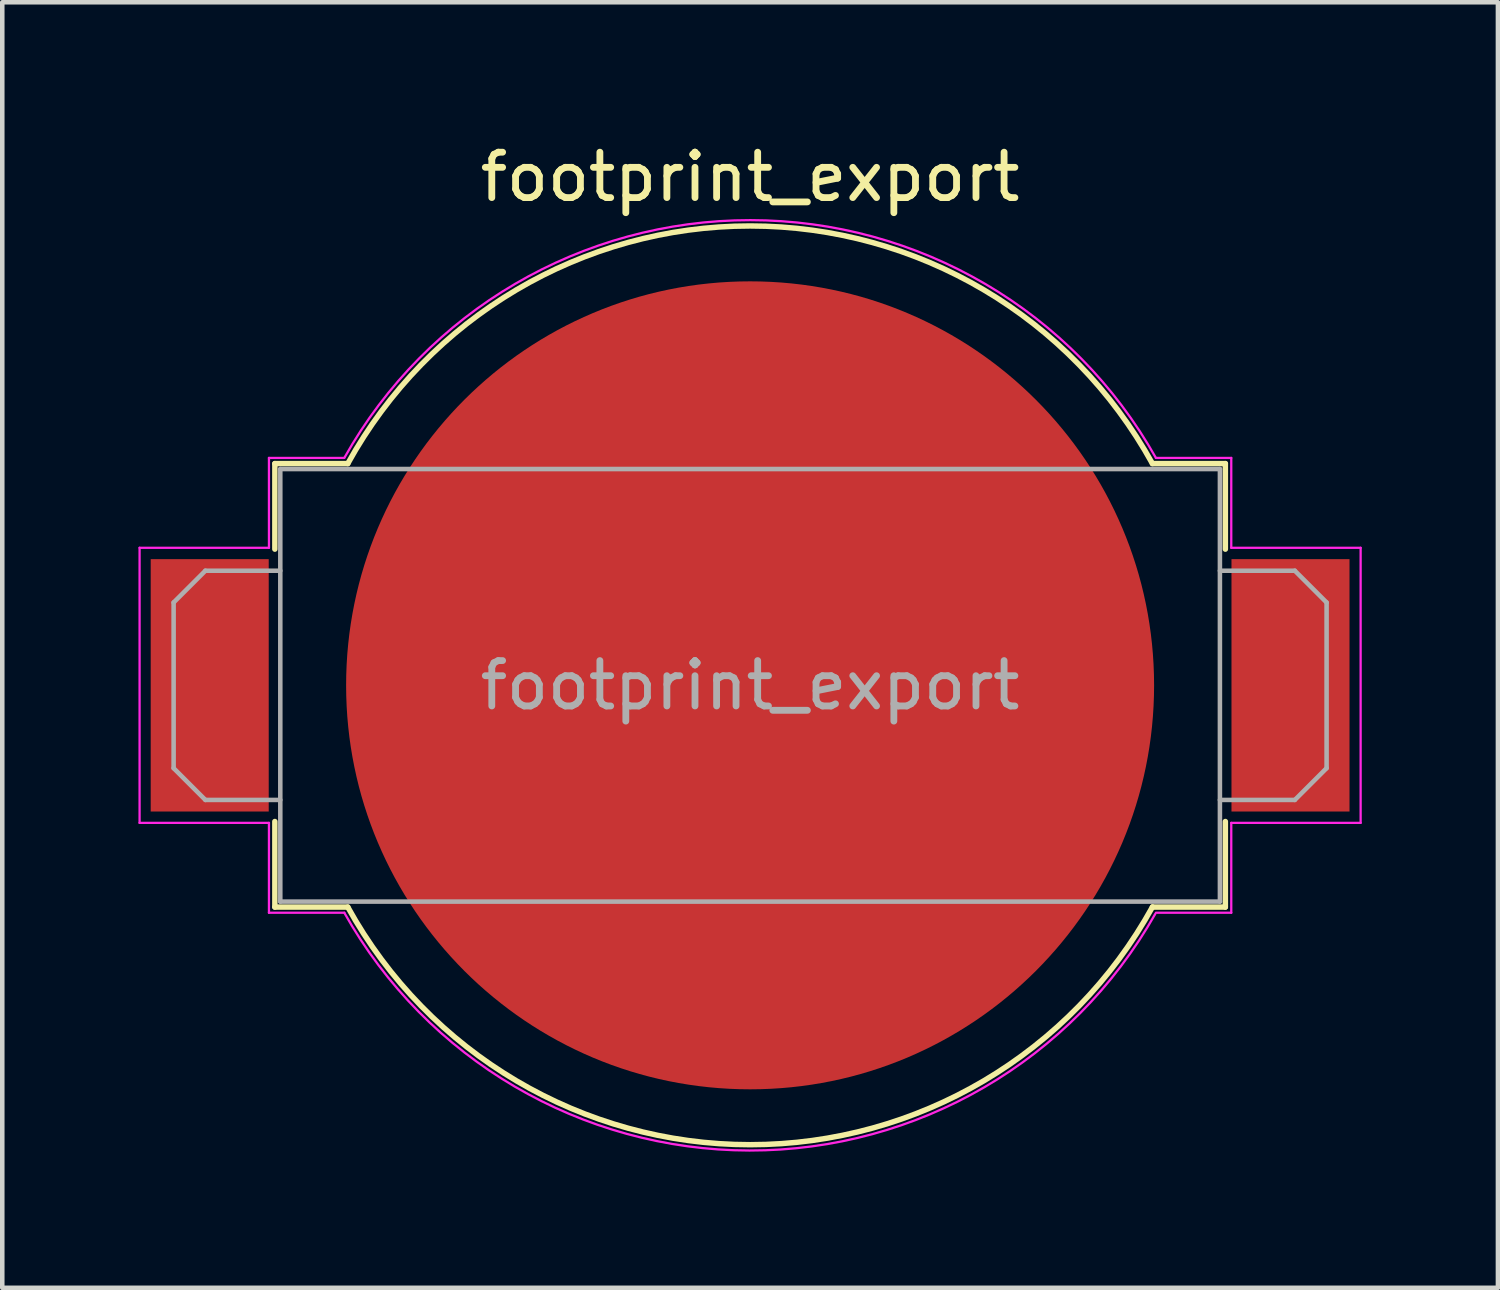
<source format=kicad_pcb>
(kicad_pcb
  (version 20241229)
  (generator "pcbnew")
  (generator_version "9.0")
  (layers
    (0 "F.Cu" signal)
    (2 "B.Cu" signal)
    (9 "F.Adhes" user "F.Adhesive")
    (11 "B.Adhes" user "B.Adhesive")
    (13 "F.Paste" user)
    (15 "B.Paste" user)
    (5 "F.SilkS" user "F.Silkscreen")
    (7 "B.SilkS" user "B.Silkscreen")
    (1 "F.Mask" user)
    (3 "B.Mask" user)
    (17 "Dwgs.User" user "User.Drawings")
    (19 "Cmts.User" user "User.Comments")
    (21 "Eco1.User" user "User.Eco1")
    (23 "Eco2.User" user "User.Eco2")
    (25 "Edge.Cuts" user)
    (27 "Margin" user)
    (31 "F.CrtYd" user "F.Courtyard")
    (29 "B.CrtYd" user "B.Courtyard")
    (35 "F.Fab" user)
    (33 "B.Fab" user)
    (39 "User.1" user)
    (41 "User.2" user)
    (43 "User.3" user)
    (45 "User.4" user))
  (footprint "footprint_export"
    (layer "F.Cu")
    (at 13.475 12.048)
    (property "Reference" "footprint_export" (at 0 -11.2 0) (layer "F.SilkS") (effects (font (size 1 1) (thickness 0.15))))
    (attr smd)
    (fp_line (start -10.47 -4.885) (end -8.863 -4.885) (stroke (width 0.12) (type solid)) (layer "F.SilkS"))
    (fp_line (start -10.47 -3) (end -10.47 -4.885) (stroke (width 0.12) (type solid)) (layer "F.SilkS"))
    (fp_line (start -10.47 3) (end -10.47 4.885) (stroke (width 0.12) (type solid)) (layer "F.SilkS"))
    (fp_line (start -10.47 4.885) (end -8.863 4.885) (stroke (width 0.12) (type solid)) (layer "F.SilkS"))
    (fp_line (start 10.47 -4.885) (end 8.863 -4.885) (stroke (width 0.12) (type solid)) (layer "F.SilkS"))
    (fp_line (start 10.47 -3) (end 10.47 -4.885) (stroke (width 0.12) (type solid)) (layer "F.SilkS"))
    (fp_line (start 10.47 3) (end 10.47 4.885) (stroke (width 0.12) (type solid)) (layer "F.SilkS"))
    (fp_line (start 10.47 4.885) (end 8.863 4.885) (stroke (width 0.12) (type solid)) (layer "F.SilkS"))
    (fp_arc (start -8.86291 -4.885) (mid 0 -10.12) (end 8.86291 -4.885) (stroke (width 0.12) (type solid)) (layer "F.SilkS"))
    (fp_arc (start 8.865021 4.881168) (mid 0.002187 10.12) (end -8.86291 4.885) (stroke (width 0.12) (type solid)) (layer "F.SilkS"))
    (fp_line (start -13.45 -3.03) (end -13.45 3.03) (stroke (width 0.05) (type solid)) (layer "F.CrtYd"))
    (fp_line (start -13.45 3.03) (end -10.6 3.03) (stroke (width 0.05) (type solid)) (layer "F.CrtYd"))
    (fp_line (start -10.6 -5.01) (end -10.6 -3.03) (stroke (width 0.05) (type solid)) (layer "F.CrtYd"))
    (fp_line (start -10.6 -3.03) (end -13.45 -3.03) (stroke (width 0.05) (type solid)) (layer "F.CrtYd"))
    (fp_line (start -10.6 5.01) (end -10.6 3.03) (stroke (width 0.05) (type solid)) (layer "F.CrtYd"))
    (fp_line (start -10.6 5.01) (end -8.94 5.01) (stroke (width 0.05) (type solid)) (layer "F.CrtYd"))
    (fp_line (start -8.94 -5.01) (end -10.6 -5.01) (stroke (width 0.05) (type solid)) (layer "F.CrtYd"))
    (fp_line (start 8.94 -5.01) (end 10.6 -5.01) (stroke (width 0.05) (type solid)) (layer "F.CrtYd"))
    (fp_line (start 8.94 5.01) (end 10.6 5.01) (stroke (width 0.05) (type solid)) (layer "F.CrtYd"))
    (fp_line (start 10.6 -5.01) (end 10.6 -3.03) (stroke (width 0.05) (type solid)) (layer "F.CrtYd"))
    (fp_line (start 10.6 -3.03) (end 13.45 -3.03) (stroke (width 0.05) (type solid)) (layer "F.CrtYd"))
    (fp_line (start 10.6 3.03) (end 13.45 3.03) (stroke (width 0.05) (type solid)) (layer "F.CrtYd"))
    (fp_line (start 10.6 5.01) (end 10.6 3.03) (stroke (width 0.05) (type solid)) (layer "F.CrtYd"))
    (fp_line (start 13.45 -3.03) (end 13.45 3.03) (stroke (width 0.05) (type solid)) (layer "F.CrtYd"))
    (fp_arc (start -8.934116 -5.020486) (mid 0.006012 -10.248106) (end 8.94 -5.01) (stroke (width 0.05) (type solid)) (layer "F.CrtYd"))
    (fp_arc (start 8.92534 5.036071) (mid -0.014955 10.248096) (end -8.94 5.01) (stroke (width 0.05) (type solid)) (layer "F.CrtYd"))
    (fp_line (start -12.7 -1.825) (end -12.7 1.825) (stroke (width 0.1) (type solid)) (layer "F.Fab"))
    (fp_line (start -12.7 -1.825) (end -12 -2.525) (stroke (width 0.1) (type solid)) (layer "F.Fab"))
    (fp_line (start -12.7 1.825) (end -12 2.525) (stroke (width 0.1) (type solid)) (layer "F.Fab"))
    (fp_line (start -10.35 -4.765) (end 10.35 -4.765) (stroke (width 0.1) (type solid)) (layer "F.Fab"))
    (fp_line (start -10.35 -2.525) (end -12 -2.525) (stroke (width 0.1) (type solid)) (layer "F.Fab"))
    (fp_line (start -10.35 2.525) (end -12 2.525) (stroke (width 0.1) (type solid)) (layer "F.Fab"))
    (fp_line (start -10.35 4.765) (end -10.35 -4.765) (stroke (width 0.1) (type solid)) (layer "F.Fab"))
    (fp_line (start -10.35 4.765) (end 10.35 4.765) (stroke (width 0.1) (type solid)) (layer "F.Fab"))
    (fp_line (start 10.35 -2.525) (end 12 -2.525) (stroke (width 0.1) (type solid)) (layer "F.Fab"))
    (fp_line (start 10.35 2.525) (end 12 2.525) (stroke (width 0.1) (type solid)) (layer "F.Fab"))
    (fp_line (start 10.35 4.765) (end 10.35 -4.765) (stroke (width 0.1) (type solid)) (layer "F.Fab"))
    (fp_line (start 12.7 -1.825) (end 12 -2.525) (stroke (width 0.1) (type solid)) (layer "F.Fab"))
    (fp_line (start 12.7 -1.825) (end 12.7 1.825) (stroke (width 0.1) (type solid)) (layer "F.Fab"))
    (fp_line (start 12.7 1.825) (end 12 2.525) (stroke (width 0.1) (type solid)) (layer "F.Fab"))
    (fp_text user "${REFERENCE}" (at 0 0 0) (layer "F.Fab") (effects (font (size 1 1) (thickness 0.15))))
    (pad "1" smd rect (at -11.905 0) (size 2.6 5.56) (layers "F.Cu" "F.Mask" "F.Paste"))
    (pad "1" smd rect (at 11.905 0) (size 2.6 5.56) (layers "F.Cu" "F.Mask" "F.Paste"))
    (pad "2" smd circle (at 0 0) (size 17.8 17.8) (layers "F.Cu" "F.Mask")))
  (gr_rect
    (start -3 -3)
    (end 29.95 25.321)
    (stroke (width 0.1) (type default))
    (fill no)
    (layer "Edge.Cuts")))
</source>
